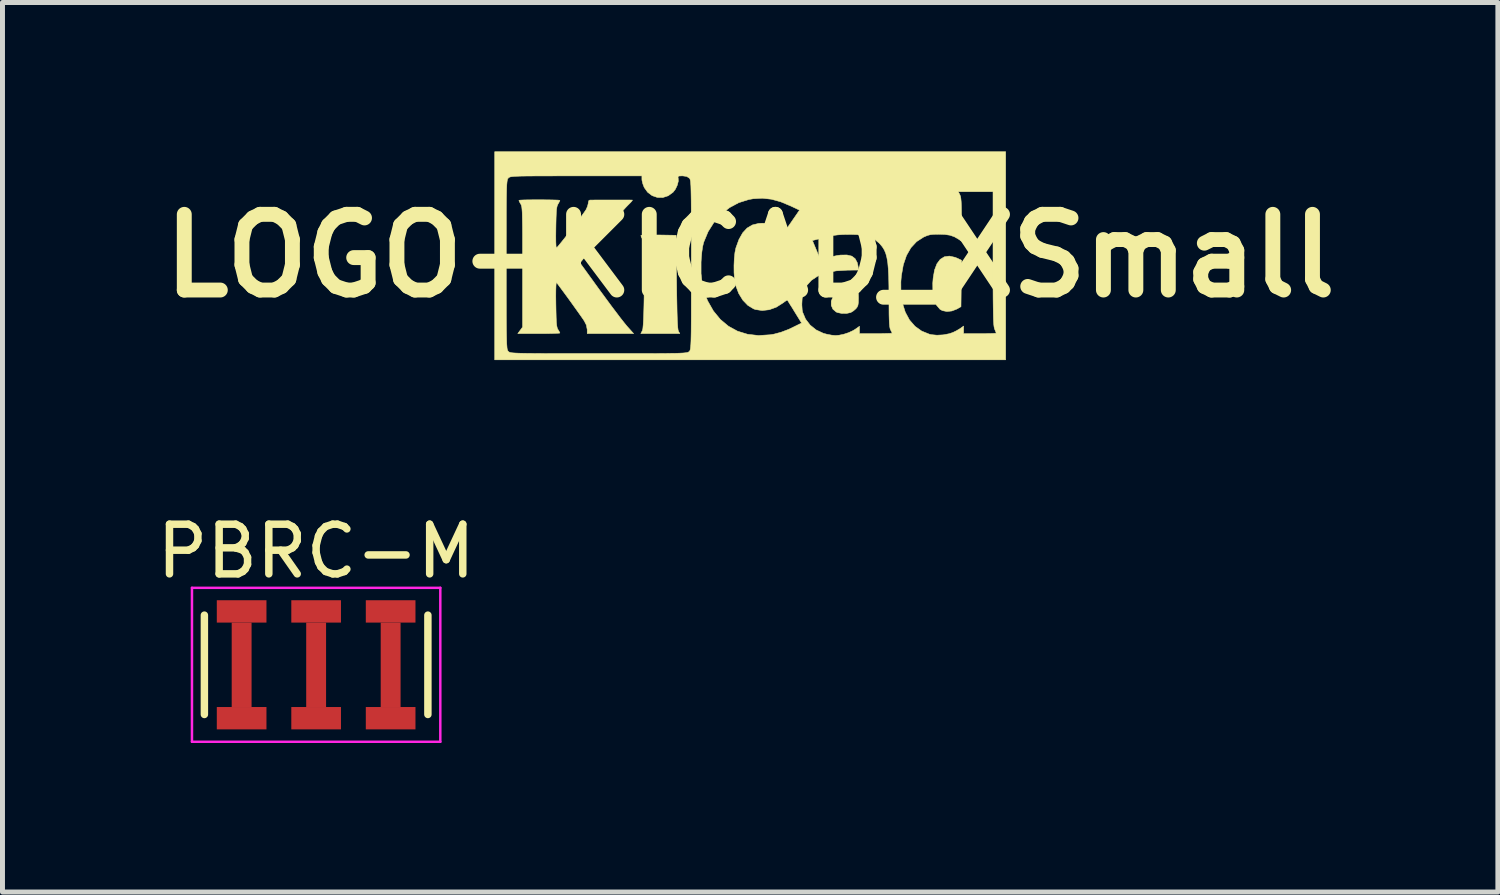
<source format=kicad_pcb>
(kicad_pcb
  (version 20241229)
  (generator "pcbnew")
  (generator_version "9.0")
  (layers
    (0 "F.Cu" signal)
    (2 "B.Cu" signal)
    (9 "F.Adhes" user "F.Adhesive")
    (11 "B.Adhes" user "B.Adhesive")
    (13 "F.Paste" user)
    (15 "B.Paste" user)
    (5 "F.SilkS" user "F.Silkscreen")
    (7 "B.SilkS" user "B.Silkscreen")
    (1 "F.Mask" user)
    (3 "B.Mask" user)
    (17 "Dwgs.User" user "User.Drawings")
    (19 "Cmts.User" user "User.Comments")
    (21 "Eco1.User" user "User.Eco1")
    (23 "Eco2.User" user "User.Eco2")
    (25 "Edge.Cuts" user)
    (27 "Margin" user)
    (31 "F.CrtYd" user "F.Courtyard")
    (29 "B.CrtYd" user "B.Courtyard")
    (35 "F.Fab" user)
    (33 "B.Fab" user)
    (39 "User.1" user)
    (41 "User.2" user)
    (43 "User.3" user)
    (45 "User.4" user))
  (footprint "PBRC-M"
    (layer "F.Cu")
    (at 3.315 10.335)
    (property "Reference" "PBRC-M" (at 0 -2.286 0) (layer "F.SilkS") (effects (font (size 1 1) (thickness 0.15))))
    (attr through_hole)
    (fp_line (start -2.25 -1) (end -2.25 1) (stroke (width 0.15) (type solid)) (layer "F.SilkS"))
    (fp_line (start 2.25 -1) (end 2.25 1) (stroke (width 0.15) (type solid)) (layer "F.SilkS"))
    (fp_line (start -2.5 -1.55) (end -2.5 1.55) (stroke (width 0.05) (type solid)) (layer "F.CrtYd"))
    (fp_line (start -2.5 -1.55) (end 2.5 -1.55) (stroke (width 0.05) (type solid)) (layer "F.CrtYd"))
    (fp_line (start -2.5 1.55) (end 2.5 1.55) (stroke (width 0.05) (type solid)) (layer "F.CrtYd"))
    (fp_line (start 2.5 1.55) (end 2.5 -1.55) (stroke (width 0.05) (type solid)) (layer "F.CrtYd"))
    (pad "1" smd rect (at -1.5 -1.075) (size 1 0.45) (layers "F.Cu" "F.Mask" "F.Paste"))
    (pad "1" smd rect (at -1.5 0) (size 0.4 1.7) (layers "F.Cu" "F.Mask" "F.Paste"))
    (pad "1" smd rect (at -1.5 1.075) (size 1 0.45) (layers "F.Cu" "F.Mask" "F.Paste"))
    (pad "2" smd rect (at 0 -1.075) (size 1 0.45) (layers "F.Cu" "F.Mask" "F.Paste"))
    (pad "2" smd rect (at 0 0) (size 0.4 1.7) (layers "F.Cu" "F.Mask" "F.Paste"))
    (pad "2" smd rect (at 0 1.075) (size 1 0.45) (layers "F.Cu" "F.Mask" "F.Paste"))
    (pad "3" smd rect (at 1.5 -1.075) (size 1 0.45) (layers "F.Cu" "F.Mask" "F.Paste"))
    (pad "3" smd rect (at 1.5 0) (size 0.4 1.7) (layers "F.Cu" "F.Mask" "F.Paste"))
    (pad "3" smd rect (at 1.5 1.075) (size 1 0.45) (layers "F.Cu" "F.Mask" "F.Paste")))
  (footprint "LOGO-KICAD_XSmall"
    (layer "F.Cu")
    (at 12.054 2.1)
    (property "Reference" "LOGO-KICAD_XSmall" (at 0 0 0) (layer "F.SilkS") (effects (font (size 1.524 1.524) (thickness 0.3))))
    (attr through_hole)
    (fp_poly (pts (xy 4.125 0.031) (xy 4.178 0.053) (xy 4.255 0.09) (xy 4.244 1.025) (xy 4.159 1.073) (xy 4.062 1.111) (xy 3.961 1.122) (xy 3.871 1.104) (xy 3.823 1.078) (xy 3.752 0.995) (xy 3.704 0.879) (xy 3.678 0.73) (xy 3.676 0.55) (xy 3.684 0.448) (xy 3.712 0.286) (xy 3.76 0.161) (xy 3.826 0.072) (xy 3.91 0.02) (xy 4.01 0.006) (xy 4.125 0.031)) (stroke (width 0.01) (type solid)) (fill yes) (layer "F.SilkS"))
    (fp_poly (pts (xy 2.133 0.691) (xy 2.157 0.701) (xy 2.172 0.721) (xy 2.178 0.762) (xy 2.18 0.833) (xy 2.18 0.857) (xy 2.178 0.941) (xy 2.17 0.996) (xy 2.153 1.034) (xy 2.128 1.066) (xy 2.076 1.111) (xy 2.023 1.143) (xy 2.021 1.143) (xy 1.938 1.161) (xy 1.844 1.16) (xy 1.759 1.143) (xy 1.731 1.131) (xy 1.665 1.074) (xy 1.632 0.998) (xy 1.632 0.913) (xy 1.667 0.83) (xy 1.684 0.806) (xy 1.756 0.749) (xy 1.854 0.707) (xy 1.965 0.683) (xy 2.075 0.681) (xy 2.133 0.691)) (stroke (width 0.01) (type solid)) (fill yes) (layer "F.SilkS"))
    (fp_poly (pts (xy -1.847 -0.419) (xy -1.492 -0.413) (xy -1.482 0.529) (xy -1.479 0.77) (xy -1.475 0.971) (xy -1.472 1.136) (xy -1.468 1.268) (xy -1.463 1.369) (xy -1.458 1.442) (xy -1.452 1.49) (xy -1.445 1.516) (xy -1.444 1.519) (xy -1.417 1.566) (xy -2.202 1.566) (xy -2.17 1.504) (xy -2.161 1.466) (xy -2.154 1.391) (xy -2.148 1.286) (xy -2.143 1.155) (xy -2.139 1.005) (xy -2.136 0.841) (xy -2.135 0.668) (xy -2.135 0.493) (xy -2.136 0.321) (xy -2.139 0.157) (xy -2.142 0.007) (xy -2.147 -0.123) (xy -2.153 -0.228) (xy -2.161 -0.301) (xy -2.169 -0.338) (xy -2.17 -0.339) (xy -2.192 -0.382) (xy -2.201 -0.408) (xy -2.181 -0.413) (xy -2.126 -0.417) (xy -2.042 -0.419) (xy -1.937 -0.419) (xy -1.847 -0.419)) (stroke (width 0.01) (type solid)) (fill yes) (layer "F.SilkS"))
    (fp_poly (pts (xy -4.158 -1.127) (xy -4.05 -1.126) (xy -3.956 -1.124) (xy -3.883 -1.122) (xy -3.84 -1.118) (xy -3.831 -1.116) (xy -3.842 -1.088) (xy -3.867 -1.044) (xy -3.868 -1.043) (xy -3.881 -1.017) (xy -3.891 -0.983) (xy -3.899 -0.932) (xy -3.904 -0.86) (xy -3.908 -0.76) (xy -3.911 -0.627) (xy -3.912 -0.562) (xy -3.914 -0.399) (xy -3.913 -0.278) (xy -3.909 -0.198) (xy -3.903 -0.161) (xy -3.898 -0.159) (xy -3.866 -0.195) (xy -3.815 -0.257) (xy -3.749 -0.339) (xy -3.674 -0.435) (xy -3.594 -0.538) (xy -3.515 -0.641) (xy -3.442 -0.738) (xy -3.379 -0.823) (xy -3.331 -0.89) (xy -3.303 -0.931) (xy -3.301 -0.936) (xy -3.274 -0.999) (xy -3.26 -1.058) (xy -3.26 -1.068) (xy -3.249 -1.111) (xy -3.228 -1.122) (xy -3.197 -1.122) (xy -3.132 -1.123) (xy -3.042 -1.123) (xy -2.934 -1.123) (xy -2.818 -1.123) (xy -2.7 -1.123) (xy -2.589 -1.123) (xy -2.493 -1.123) (xy -2.42 -1.123) (xy -2.378 -1.122) (xy -2.372 -1.122) (xy -2.376 -1.109) (xy -2.406 -1.074) (xy -2.455 -1.025) (xy -2.467 -1.013) (xy -2.509 -0.969) (xy -2.573 -0.898) (xy -2.655 -0.803) (xy -2.75 -0.69) (xy -2.854 -0.565) (xy -2.963 -0.432) (xy -3.004 -0.381) (xy -3.427 0.143) (xy -3.015 0.712) (xy -2.909 0.856) (xy -2.806 0.996) (xy -2.708 1.126) (xy -2.621 1.241) (xy -2.548 1.334) (xy -2.493 1.402) (xy -2.475 1.423) (xy -2.347 1.566) (xy -3.281 1.566) (xy -3.281 1.486) (xy -3.299 1.393) (xy -3.341 1.311) (xy -3.369 1.269) (xy -3.416 1.202) (xy -3.477 1.116) (xy -3.547 1.018) (xy -3.621 0.915) (xy -3.695 0.813) (xy -3.765 0.718) (xy -3.825 0.637) (xy -3.87 0.576) (xy -3.897 0.543) (xy -3.899 0.54) (xy -3.906 0.553) (xy -3.91 0.605) (xy -3.913 0.694) (xy -3.914 0.817) (xy -3.912 0.971) (xy -3.912 0.975) (xy -3.909 1.129) (xy -3.906 1.247) (xy -3.902 1.335) (xy -3.896 1.397) (xy -3.888 1.44) (xy -3.878 1.471) (xy -3.868 1.487) (xy -3.842 1.53) (xy -3.831 1.555) (xy -3.831 1.555) (xy -3.851 1.558) (xy -3.907 1.561) (xy -3.993 1.564) (xy -4.102 1.566) (xy -4.228 1.566) (xy -4.255 1.566) (xy -4.679 1.566) (xy -4.631 1.501) (xy -4.583 1.436) (xy -4.583 0.225) (xy -4.583 -0.032) (xy -4.583 -0.251) (xy -4.583 -0.434) (xy -4.584 -0.584) (xy -4.586 -0.706) (xy -4.588 -0.803) (xy -4.59 -0.877) (xy -4.594 -0.934) (xy -4.598 -0.975) (xy -4.604 -1.004) (xy -4.611 -1.025) (xy -4.619 -1.041) (xy -4.624 -1.049) (xy -4.648 -1.091) (xy -4.656 -1.116) (xy -4.655 -1.117) (xy -4.63 -1.121) (xy -4.571 -1.124) (xy -4.486 -1.126) (xy -4.384 -1.127) (xy -4.272 -1.127) (xy -4.158 -1.127)) (stroke (width 0.01) (type solid)) (fill yes) (layer "F.SilkS"))
    (fp_poly (pts (xy 5.144 2.095) (xy -5.144 2.095) (xy -5.144 0.18) (xy -4.911 0.18) (xy -4.911 0.488) (xy -4.911 0.757) (xy -4.91 0.989) (xy -4.91 1.187) (xy -4.909 1.354) (xy -4.908 1.493) (xy -4.906 1.606) (xy -4.904 1.696) (xy -4.902 1.766) (xy -4.898 1.819) (xy -4.895 1.858) (xy -4.89 1.885) (xy -4.884 1.903) (xy -4.878 1.915) (xy -4.871 1.924) (xy -4.868 1.926) (xy -4.86 1.934) (xy -4.849 1.94) (xy -4.833 1.946) (xy -4.81 1.951) (xy -4.775 1.955) (xy -4.728 1.958) (xy -4.664 1.961) (xy -4.581 1.963) (xy -4.477 1.965) (xy -4.349 1.966) (xy -4.194 1.967) (xy -4.008 1.968) (xy -3.791 1.968) (xy -3.538 1.968) (xy -3.248 1.968) (xy -3.048 1.968) (xy -2.733 1.968) (xy -2.457 1.968) (xy -2.218 1.968) (xy -2.013 1.968) (xy -1.84 1.967) (xy -1.695 1.966) (xy -1.576 1.964) (xy -1.481 1.963) (xy -1.406 1.96) (xy -1.348 1.957) (xy -1.306 1.953) (xy -1.276 1.949) (xy -1.256 1.944) (xy -1.242 1.938) (xy -1.233 1.931) (xy -1.228 1.926) (xy -1.22 1.918) (xy -1.213 1.907) (xy -1.208 1.891) (xy -1.203 1.866) (xy -1.199 1.831) (xy -1.195 1.782) (xy -1.192 1.717) (xy -1.19 1.633) (xy -1.188 1.527) (xy -1.187 1.395) (xy -1.186 1.237) (xy -1.186 1.047) (xy -1.186 0.825) (xy -1.185 0.567) (xy -1.185 0.358) (xy -0.989 0.358) (xy -0.967 0.56) (xy -0.921 0.745) (xy -0.858 0.904) (xy -0.741 1.11) (xy -0.6 1.282) (xy -0.437 1.418) (xy -0.254 1.518) (xy -0.052 1.58) (xy 0.167 1.605) (xy 0.402 1.59) (xy 0.48 1.577) (xy 0.622 1.539) (xy 0.777 1.48) (xy 0.84 1.45) (xy 1.035 1.354) (xy 0.895 1.127) (xy 0.842 1.04) (xy 0.805 0.982) (xy 1.04 0.982) (xy 1.047 1.091) (xy 1.056 1.136) (xy 1.115 1.275) (xy 1.208 1.396) (xy 1.329 1.493) (xy 1.472 1.56) (xy 1.542 1.579) (xy 1.641 1.598) (xy 1.718 1.605) (xy 1.79 1.599) (xy 1.877 1.581) (xy 1.895 1.576) (xy 1.983 1.547) (xy 2.069 1.507) (xy 2.111 1.482) (xy 2.201 1.419) (xy 2.201 1.566) (xy 2.529 1.566) (xy 2.642 1.566) (xy 2.738 1.564) (xy 2.81 1.562) (xy 2.851 1.56) (xy 2.857 1.558) (xy 2.849 1.536) (xy 2.827 1.492) (xy 2.826 1.489) (xy 2.816 1.464) (xy 2.809 1.425) (xy 2.803 1.368) (xy 2.799 1.289) (xy 2.796 1.182) (xy 2.795 1.044) (xy 2.794 0.868) (xy 2.794 0.847) (xy 2.793 0.618) (xy 2.791 0.519) (xy 3.034 0.519) (xy 3.035 0.747) (xy 3.065 0.953) (xy 3.123 1.136) (xy 3.208 1.293) (xy 3.319 1.42) (xy 3.453 1.516) (xy 3.609 1.579) (xy 3.648 1.588) (xy 3.76 1.599) (xy 3.887 1.592) (xy 4.008 1.569) (xy 4.081 1.544) (xy 4.153 1.509) (xy 4.219 1.47) (xy 4.234 1.46) (xy 4.297 1.415) (xy 4.297 1.566) (xy 4.625 1.566) (xy 4.737 1.566) (xy 4.833 1.565) (xy 4.905 1.562) (xy 4.946 1.56) (xy 4.953 1.558) (xy 4.946 1.536) (xy 4.927 1.489) (xy 4.921 1.474) (xy 4.915 1.454) (xy 4.909 1.424) (xy 4.904 1.381) (xy 4.9 1.322) (xy 4.897 1.244) (xy 4.895 1.145) (xy 4.893 1.02) (xy 4.891 0.867) (xy 4.89 0.683) (xy 4.89 0.464) (xy 4.89 0.208) (xy 4.889 0.054) (xy 4.889 -1.291) (xy 4.19 -1.291) (xy 4.222 -1.229) (xy 4.234 -1.198) (xy 4.242 -1.154) (xy 4.248 -1.09) (xy 4.252 -1.001) (xy 4.254 -0.881) (xy 4.255 -0.73) (xy 4.255 -0.293) (xy 4.196 -0.334) (xy 4.111 -0.383) (xy 4.022 -0.414) (xy 3.916 -0.43) (xy 3.799 -0.434) (xy 3.7 -0.432) (xy 3.628 -0.425) (xy 3.568 -0.409) (xy 3.504 -0.382) (xy 3.489 -0.375) (xy 3.35 -0.285) (xy 3.236 -0.162) (xy 3.147 -0.007) (xy 3.083 0.181) (xy 3.044 0.403) (xy 3.034 0.519) (xy 2.791 0.519) (xy 2.789 0.428) (xy 2.781 0.27) (xy 2.77 0.141) (xy 2.752 0.036) (xy 2.729 -0.05) (xy 2.699 -0.12) (xy 2.661 -0.181) (xy 2.615 -0.236) (xy 2.591 -0.26) (xy 2.511 -0.326) (xy 2.425 -0.374) (xy 2.324 -0.406) (xy 2.201 -0.424) (xy 2.046 -0.43) (xy 2 -0.43) (xy 1.869 -0.428) (xy 1.764 -0.421) (xy 1.668 -0.409) (xy 1.566 -0.387) (xy 1.489 -0.368) (xy 1.253 -0.307) (xy 1.338 -0.103) (xy 1.422 0.101) (xy 1.55 0.049) (xy 1.645 0.018) (xy 1.753 -0.006) (xy 1.823 -0.015) (xy 1.95 -0.016) (xy 2.046 0.007) (xy 2.112 0.057) (xy 2.155 0.136) (xy 2.171 0.206) (xy 2.184 0.287) (xy 1.965 0.289) (xy 1.732 0.303) (xy 1.532 0.341) (xy 1.366 0.405) (xy 1.232 0.494) (xy 1.13 0.608) (xy 1.095 0.667) (xy 1.065 0.753) (xy 1.046 0.864) (xy 1.04 0.982) (xy 0.805 0.982) (xy 0.796 0.968) (xy 0.764 0.916) (xy 0.749 0.892) (xy 0.749 0.892) (xy 0.73 0.899) (xy 0.69 0.927) (xy 0.659 0.95) (xy 0.525 1.035) (xy 0.383 1.086) (xy 0.241 1.102) (xy 0.107 1.082) (xy 0.068 1.068) (xy -0.047 0.998) (xy -0.148 0.893) (xy -0.231 0.758) (xy -0.291 0.6) (xy -0.298 0.572) (xy -0.315 0.468) (xy -0.325 0.339) (xy -0.326 0.198) (xy -0.32 0.059) (xy -0.307 -0.066) (xy -0.288 -0.158) (xy -0.226 -0.329) (xy -0.151 -0.462) (xy -0.062 -0.558) (xy 0.045 -0.621) (xy 0.172 -0.652) (xy 0.254 -0.656) (xy 0.399 -0.641) (xy 0.527 -0.591) (xy 0.609 -0.537) (xy 0.658 -0.506) (xy 0.693 -0.497) (xy 0.699 -0.5) (xy 0.718 -0.524) (xy 0.755 -0.575) (xy 0.805 -0.646) (xy 0.855 -0.719) (xy 0.993 -0.919) (xy 0.82 -1.001) (xy 0.615 -1.087) (xy 0.426 -1.139) (xy 0.245 -1.159) (xy 0.062 -1.149) (xy -0.032 -1.132) (xy -0.231 -1.069) (xy -0.417 -0.969) (xy -0.584 -0.836) (xy -0.729 -0.673) (xy -0.847 -0.486) (xy -0.934 -0.277) (xy -0.941 -0.254) (xy -0.958 -0.18) (xy -0.973 -0.076) (xy -0.984 0.046) (xy -0.989 0.128) (xy -0.989 0.358) (xy -1.185 0.358) (xy -1.185 0.27) (xy -1.185 0.18) (xy -1.185 -0.128) (xy -1.185 -0.397) (xy -1.186 -0.629) (xy -1.186 -0.827) (xy -1.187 -0.994) (xy -1.188 -1.133) (xy -1.19 -1.246) (xy -1.192 -1.336) (xy -1.194 -1.406) (xy -1.198 -1.459) (xy -1.201 -1.498) (xy -1.206 -1.525) (xy -1.212 -1.543) (xy -1.218 -1.555) (xy -1.225 -1.564) (xy -1.228 -1.566) (xy -1.28 -1.598) (xy -1.359 -1.609) (xy -1.367 -1.609) (xy -1.425 -1.607) (xy -1.451 -1.598) (xy -1.453 -1.577) (xy -1.45 -1.567) (xy -1.447 -1.502) (xy -1.468 -1.421) (xy -1.506 -1.34) (xy -1.553 -1.279) (xy -1.651 -1.208) (xy -1.759 -1.173) (xy -1.869 -1.175) (xy -1.974 -1.211) (xy -2.065 -1.28) (xy -2.133 -1.375) (xy -2.161 -1.447) (xy -2.178 -1.516) (xy -2.18 -1.539) (xy -2.18 -1.609) (xy -3.503 -1.609) (xy -3.772 -1.609) (xy -4.003 -1.608) (xy -4.197 -1.608) (xy -4.358 -1.607) (xy -4.49 -1.606) (xy -4.596 -1.605) (xy -4.678 -1.602) (xy -4.741 -1.599) (xy -4.786 -1.595) (xy -4.818 -1.591) (xy -4.84 -1.585) (xy -4.854 -1.578) (xy -4.865 -1.57) (xy -4.868 -1.566) (xy -4.876 -1.558) (xy -4.883 -1.547) (xy -4.888 -1.531) (xy -4.893 -1.506) (xy -4.897 -1.471) (xy -4.901 -1.423) (xy -4.904 -1.357) (xy -4.906 -1.273) (xy -4.908 -1.167) (xy -4.909 -1.036) (xy -4.91 -0.877) (xy -4.91 -0.688) (xy -4.91 -0.465) (xy -4.911 -0.207) (xy -4.911 0.09) (xy -4.911 0.18) (xy -5.144 0.18) (xy -5.144 -2.095) (xy 5.144 -2.095) (xy 5.144 2.095)) (stroke (width 0.01) (type solid)) (fill yes) (layer "F.SilkS")))
  (gr_rect
    (start -3 -3)
    (end 27.108 14.91)
    (stroke (width 0.1) (type default))
    (fill no)
    (layer "Edge.Cuts")))
</source>
